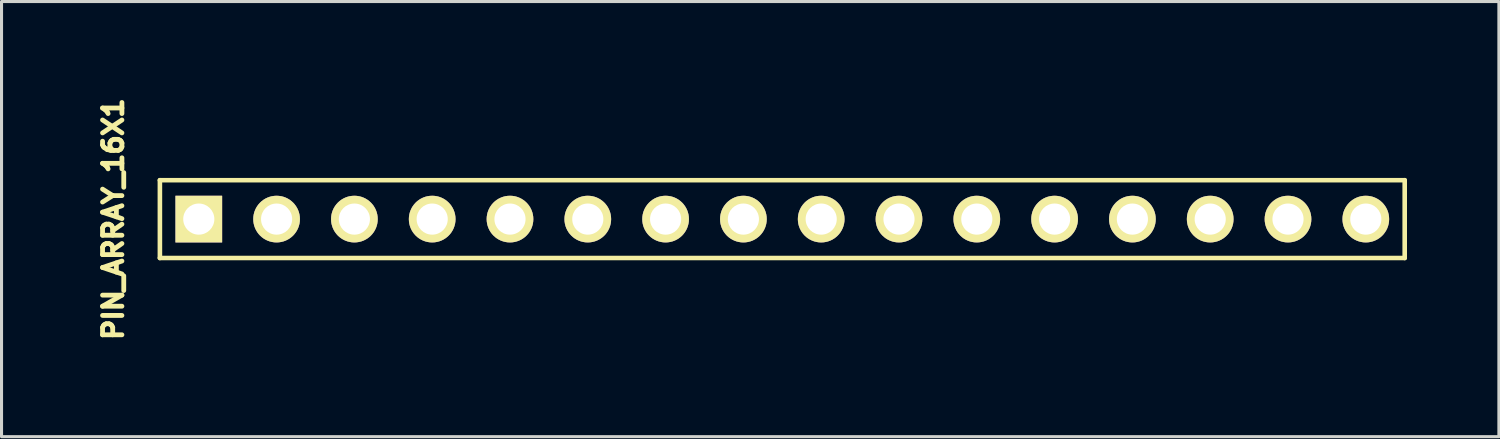
<source format=kicad_pcb>
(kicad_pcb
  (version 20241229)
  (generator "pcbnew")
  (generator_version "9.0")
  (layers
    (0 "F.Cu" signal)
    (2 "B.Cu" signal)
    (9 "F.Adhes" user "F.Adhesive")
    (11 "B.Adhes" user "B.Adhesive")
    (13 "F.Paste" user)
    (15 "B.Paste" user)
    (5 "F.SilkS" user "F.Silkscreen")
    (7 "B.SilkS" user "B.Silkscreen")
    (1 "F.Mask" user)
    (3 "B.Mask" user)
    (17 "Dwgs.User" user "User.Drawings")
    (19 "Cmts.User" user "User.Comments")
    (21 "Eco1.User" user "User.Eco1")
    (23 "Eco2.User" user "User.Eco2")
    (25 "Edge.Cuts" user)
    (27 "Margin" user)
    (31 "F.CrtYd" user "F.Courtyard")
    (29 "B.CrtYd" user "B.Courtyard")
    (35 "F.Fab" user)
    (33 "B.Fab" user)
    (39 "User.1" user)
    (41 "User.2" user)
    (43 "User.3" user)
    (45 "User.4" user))
  (footprint "PIN_ARRAY_16X1"
    (layer "F.Cu")
    (at 37.73 4.103)
    (property "Reference" "PIN_ARRAY_16X1" (at -37.084 0 90) (layer "F.SilkS") (effects (font (size 0.632 0.632) (thickness 0.157))))
    (attr through_hole)
    (fp_line (start -35.56 1.27) (end -35.56 -1.27) (stroke (width 0.15) (type solid)) (layer "F.SilkS"))
    (fp_line (start -35.56 1.27) (end 5.08 1.27) (stroke (width 0.15) (type solid)) (layer "F.SilkS"))
    (fp_line (start 5.08 -1.27) (end -35.56 -1.27) (stroke (width 0.15) (type solid)) (layer "F.SilkS"))
    (fp_line (start 5.08 1.27) (end 5.08 -1.27) (stroke (width 0.15) (type solid)) (layer "F.SilkS"))
    (pad "1" thru_hole rect (at -34.29 0) (size 1.524 1.524) (drill 1.016) (layers "*.Cu" "*.Mask" "F.SilkS"))
    (pad "2" thru_hole circle (at -31.75 0) (size 1.524 1.524) (drill 1.016) (layers "*.Cu" "*.Mask" "F.SilkS"))
    (pad "3" thru_hole circle (at -29.21 0) (size 1.524 1.524) (drill 1.016) (layers "*.Cu" "*.Mask" "F.SilkS"))
    (pad "4" thru_hole circle (at -26.67 0) (size 1.524 1.524) (drill 1.016) (layers "*.Cu" "*.Mask" "F.SilkS"))
    (pad "5" thru_hole circle (at -24.13 0) (size 1.524 1.524) (drill 1.016) (layers "*.Cu" "*.Mask" "F.SilkS"))
    (pad "6" thru_hole circle (at -21.59 0) (size 1.524 1.524) (drill 1.016) (layers "*.Cu" "*.Mask" "F.SilkS"))
    (pad "7" thru_hole circle (at -19.05 0) (size 1.524 1.524) (drill 1.016) (layers "*.Cu" "*.Mask" "F.SilkS"))
    (pad "8" thru_hole circle (at -16.51 0) (size 1.524 1.524) (drill 1.016) (layers "*.Cu" "*.Mask" "F.SilkS"))
    (pad "9" thru_hole circle (at -13.97 0) (size 1.524 1.524) (drill 1.016) (layers "*.Cu" "*.Mask" "F.SilkS"))
    (pad "10" thru_hole circle (at -11.43 0) (size 1.524 1.524) (drill 1.016) (layers "*.Cu" "*.Mask" "F.SilkS"))
    (pad "11" thru_hole circle (at -8.89 0) (size 1.524 1.524) (drill 1.016) (layers "*.Cu" "*.Mask" "F.SilkS"))
    (pad "12" thru_hole circle (at -6.35 0) (size 1.524 1.524) (drill 1.016) (layers "*.Cu" "*.Mask" "F.SilkS"))
    (pad "13" thru_hole circle (at -3.81 0) (size 1.524 1.524) (drill 1.016) (layers "*.Cu" "*.Mask" "F.SilkS"))
    (pad "14" thru_hole circle (at -1.27 0) (size 1.524 1.524) (drill 1.016) (layers "*.Cu" "*.Mask" "F.SilkS"))
    (pad "15" thru_hole circle (at 1.27 0) (size 1.524 1.524) (drill 1.016) (layers "*.Cu" "*.Mask" "F.SilkS"))
    (pad "16" thru_hole circle (at 3.81 0) (size 1.524 1.524) (drill 1.016) (layers "*.Cu" "*.Mask" "F.SilkS")))
  (gr_rect
    (start -3 -3)
    (end 45.885 11.207)
    (stroke (width 0.1) (type default))
    (fill no)
    (layer "Edge.Cuts")))
</source>
